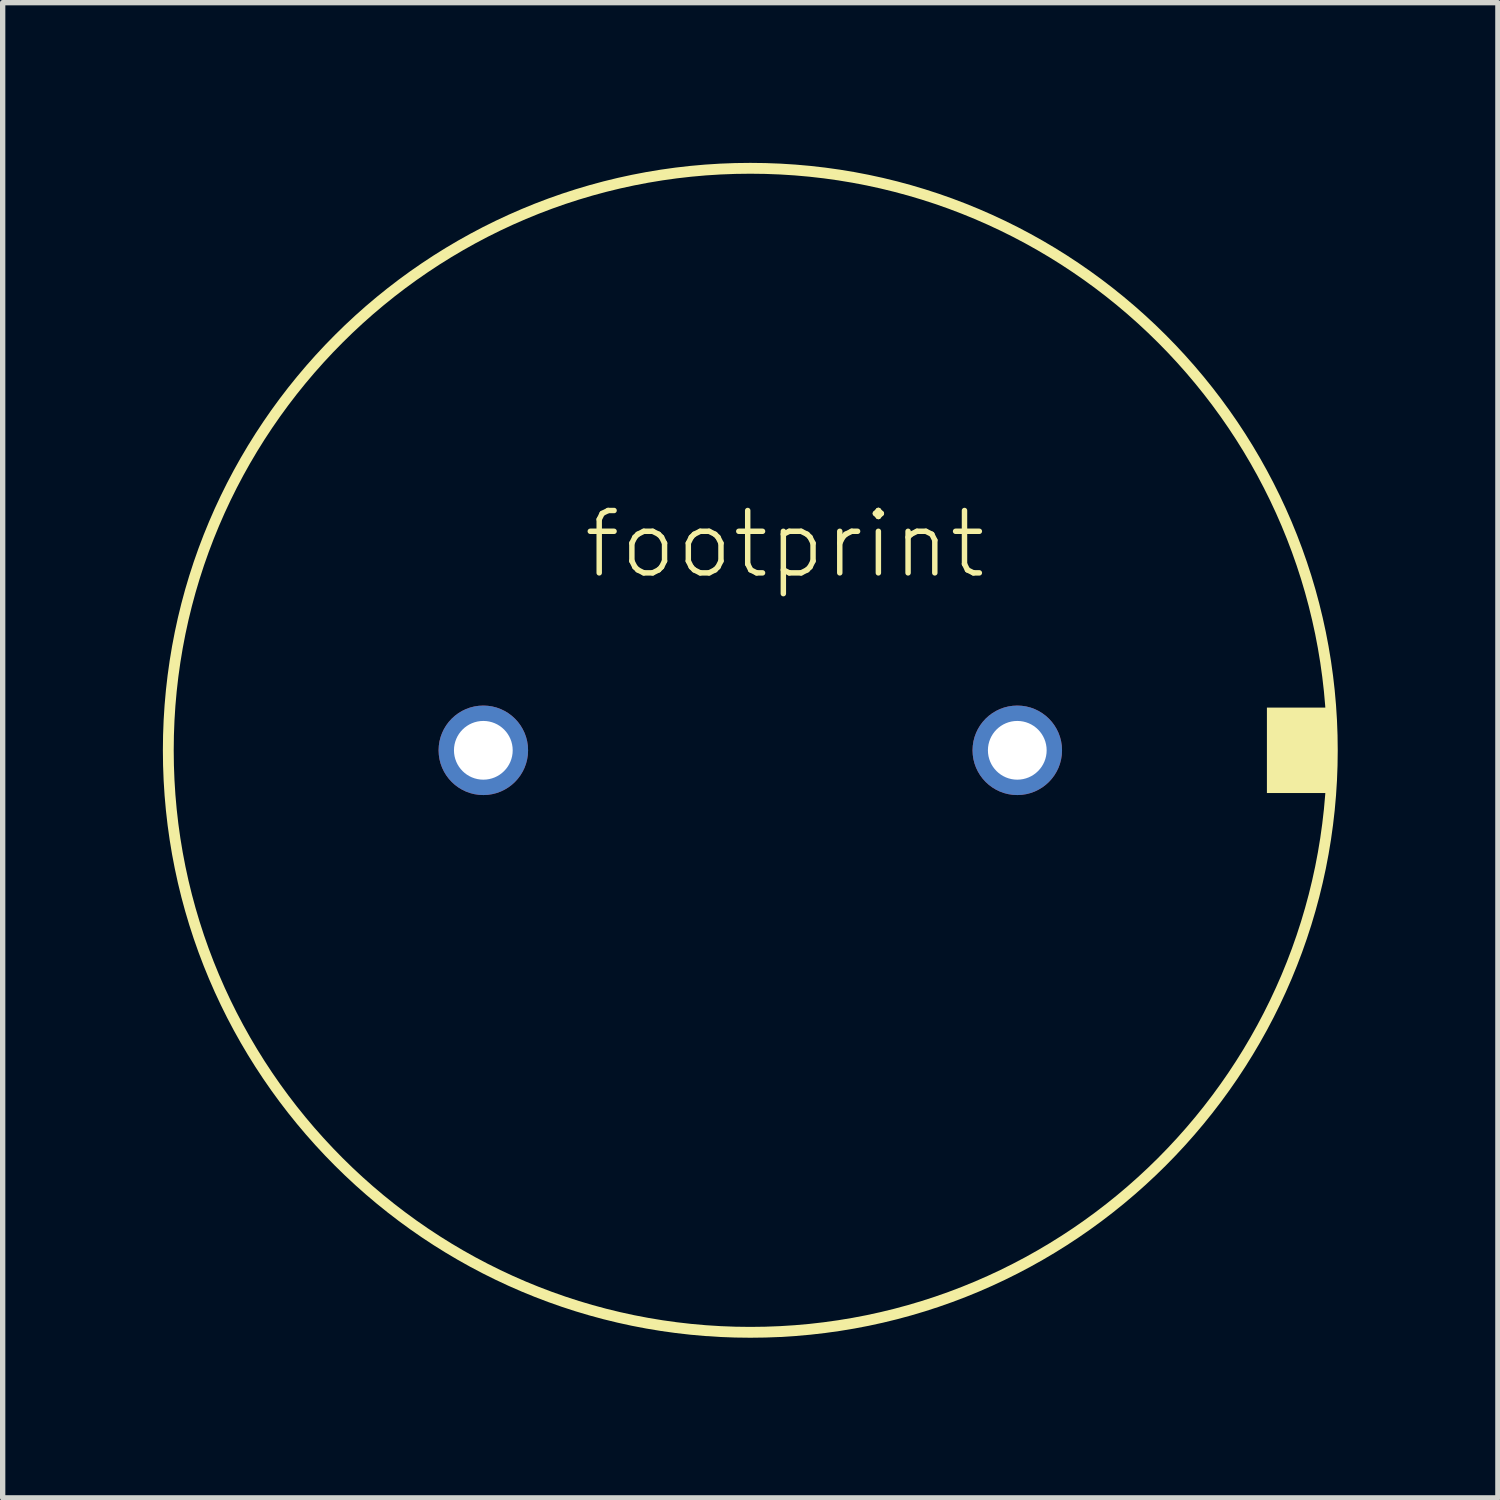
<source format=kicad_pcb>
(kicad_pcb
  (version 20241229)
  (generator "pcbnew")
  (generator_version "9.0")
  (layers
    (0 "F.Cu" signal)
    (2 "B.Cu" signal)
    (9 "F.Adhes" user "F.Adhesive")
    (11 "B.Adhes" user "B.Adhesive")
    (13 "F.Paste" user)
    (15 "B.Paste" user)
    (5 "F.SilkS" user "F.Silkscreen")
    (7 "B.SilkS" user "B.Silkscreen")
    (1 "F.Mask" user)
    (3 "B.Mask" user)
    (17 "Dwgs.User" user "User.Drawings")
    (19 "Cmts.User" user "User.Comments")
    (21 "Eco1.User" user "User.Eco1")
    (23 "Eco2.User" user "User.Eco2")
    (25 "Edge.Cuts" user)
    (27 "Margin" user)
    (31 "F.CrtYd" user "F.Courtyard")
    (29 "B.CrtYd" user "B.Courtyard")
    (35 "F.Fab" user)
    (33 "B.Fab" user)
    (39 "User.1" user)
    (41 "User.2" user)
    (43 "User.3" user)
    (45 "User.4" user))
  (footprint "footprint"
    (layer "F.Cu")
    (at 11.002 11.002)
    (property "Reference" "footprint" (at -3.175 -3.175 0) (layer "F.SilkS") (effects (font (size 1.168 1.168) (thickness 0.102)) (justify left bottom)))
    (fp_circle (center 0 0) (end 10.9 0) (stroke (width 0.203) (type solid)) (fill no) (layer "F.SilkS"))
    (fp_poly (pts (xy 9.675 0.8) (xy 10.85 0.8) (xy 10.85 -0.8) (xy 9.675 -0.8)) (stroke (width 0) (type solid)) (fill yes) (layer "F.SilkS"))
    (pad "1" thru_hole circle (at -5 0) (size 1.676 1.676) (drill 1.1) (layers "*.Cu" "*.Mask"))
    (pad "2" thru_hole circle (at 5 0) (size 1.676 1.676) (drill 1.1) (layers "*.Cu" "*.Mask")))
  (gr_rect
    (start -3 -3)
    (end 25.003 25.003)
    (stroke (width 0.1) (type default))
    (fill no)
    (layer "Edge.Cuts")))
</source>
